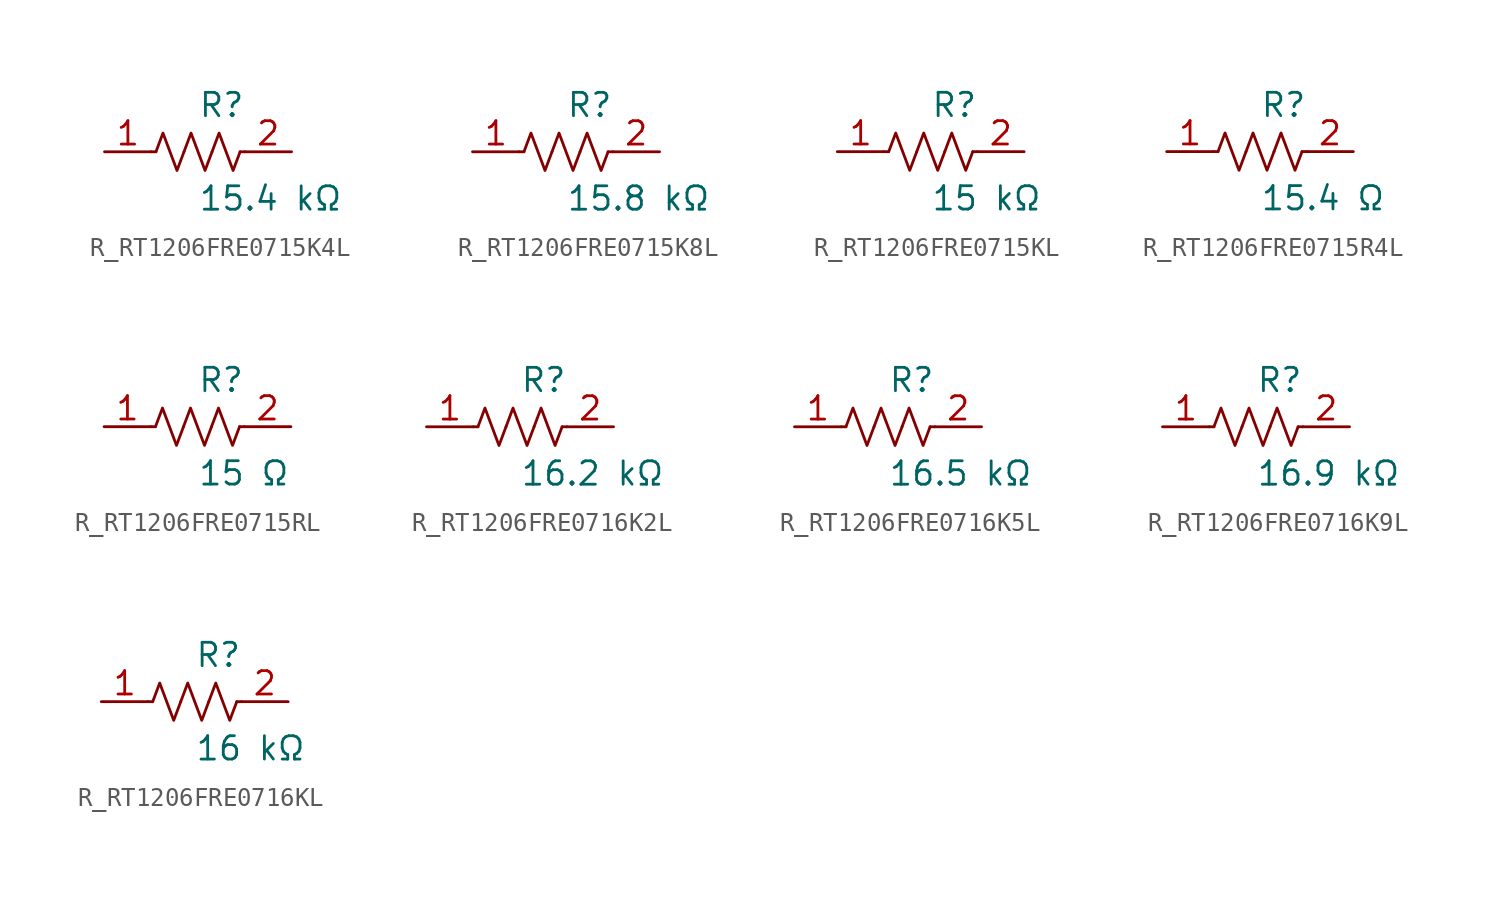
<source format=kicad_sym>
(kicad_symbol_lib
  (version 20231120)
  (generator kicad_symbol_editor)
  (generator_version 8.0)
  (symbol "R_RT1206FRE0715K4L"
    (pin_names
      (offset 0.254))
    (property "Reference" "R"
      (at 0 2.54 0)
      (effects (font (size 1.27 1.27)) (justify left)))
    (property "Value" "15.4 kΩ"
      (at 0 -2.54 0)
      (effects (font (size 1.27 1.27)) (justify left)))
    (symbol "R_RT1206FRE0715K4L_0_1"
      (polyline (pts (xy 2.286 0) (xy 2.54 0)) (stroke (width 0) (type default)) (fill (type none)))
      (polyline (pts (xy -2.286 0) (xy -2.54 0)) (stroke (width 0) (type default)) (fill (type none)))
      (polyline (pts (xy 0.762 0) (xy 1.143 1.016) (xy 1.524 0) (xy 1.905 -1.016) (xy 2.286 0)) (stroke (width 0) (type default)) (fill (type none)))
      (polyline (pts (xy -0.762 0) (xy -0.381 1.016) (xy 0 0) (xy 0.381 -1.016) (xy 0.762 0)) (stroke (width 0) (type default)) (fill (type none)))
      (polyline (pts (xy -2.286 0) (xy -1.905 1.016) (xy -1.524 0) (xy -1.143 -1.016) (xy -0.762 0)) (stroke (width 0) (type default)) (fill (type none))))
    (pin unspecified line
      (at -5.08 0 0)
      (length 2.54)
      (name "" (effects (font (size 1.27 1.27))))
      (number "1" (effects (font (size 1.27 1.27)))))
    (pin unspecified line
      (at 5.08 0 180)
      (length 2.54)
      (name "" (effects (font (size 1.27 1.27))))
      (number "2" (effects (font (size 1.27 1.27))))))
  (symbol "R_RT1206FRE0715K8L"
    (pin_names
      (offset 0.254))
    (property "Reference" "R"
      (at 0 2.54 0)
      (effects (font (size 1.27 1.27)) (justify left)))
    (property "Value" "15.8 kΩ"
      (at 0 -2.54 0)
      (effects (font (size 1.27 1.27)) (justify left)))
    (symbol "R_RT1206FRE0715K8L_0_1"
      (polyline (pts (xy 2.286 0) (xy 2.54 0)) (stroke (width 0) (type default)) (fill (type none)))
      (polyline (pts (xy -2.286 0) (xy -2.54 0)) (stroke (width 0) (type default)) (fill (type none)))
      (polyline (pts (xy 0.762 0) (xy 1.143 1.016) (xy 1.524 0) (xy 1.905 -1.016) (xy 2.286 0)) (stroke (width 0) (type default)) (fill (type none)))
      (polyline (pts (xy -0.762 0) (xy -0.381 1.016) (xy 0 0) (xy 0.381 -1.016) (xy 0.762 0)) (stroke (width 0) (type default)) (fill (type none)))
      (polyline (pts (xy -2.286 0) (xy -1.905 1.016) (xy -1.524 0) (xy -1.143 -1.016) (xy -0.762 0)) (stroke (width 0) (type default)) (fill (type none))))
    (pin unspecified line
      (at -5.08 0 0)
      (length 2.54)
      (name "" (effects (font (size 1.27 1.27))))
      (number "1" (effects (font (size 1.27 1.27)))))
    (pin unspecified line
      (at 5.08 0 180)
      (length 2.54)
      (name "" (effects (font (size 1.27 1.27))))
      (number "2" (effects (font (size 1.27 1.27))))))
  (symbol "R_RT1206FRE0715KL"
    (pin_names
      (offset 0.254))
    (property "Reference" "R"
      (at 0 2.54 0)
      (effects (font (size 1.27 1.27)) (justify left)))
    (property "Value" "15 kΩ"
      (at 0 -2.54 0)
      (effects (font (size 1.27 1.27)) (justify left)))
    (symbol "R_RT1206FRE0715KL_0_1"
      (polyline (pts (xy 2.286 0) (xy 2.54 0)) (stroke (width 0) (type default)) (fill (type none)))
      (polyline (pts (xy -2.286 0) (xy -2.54 0)) (stroke (width 0) (type default)) (fill (type none)))
      (polyline (pts (xy 0.762 0) (xy 1.143 1.016) (xy 1.524 0) (xy 1.905 -1.016) (xy 2.286 0)) (stroke (width 0) (type default)) (fill (type none)))
      (polyline (pts (xy -0.762 0) (xy -0.381 1.016) (xy 0 0) (xy 0.381 -1.016) (xy 0.762 0)) (stroke (width 0) (type default)) (fill (type none)))
      (polyline (pts (xy -2.286 0) (xy -1.905 1.016) (xy -1.524 0) (xy -1.143 -1.016) (xy -0.762 0)) (stroke (width 0) (type default)) (fill (type none))))
    (pin unspecified line
      (at -5.08 0 0)
      (length 2.54)
      (name "" (effects (font (size 1.27 1.27))))
      (number "1" (effects (font (size 1.27 1.27)))))
    (pin unspecified line
      (at 5.08 0 180)
      (length 2.54)
      (name "" (effects (font (size 1.27 1.27))))
      (number "2" (effects (font (size 1.27 1.27))))))
  (symbol "R_RT1206FRE0715R4L"
    (pin_names
      (offset 0.254))
    (property "Reference" "R"
      (at 0 2.54 0)
      (effects (font (size 1.27 1.27)) (justify left)))
    (property "Value" "15.4 Ω"
      (at 0 -2.54 0)
      (effects (font (size 1.27 1.27)) (justify left)))
    (symbol "R_RT1206FRE0715R4L_0_1"
      (polyline (pts (xy 2.286 0) (xy 2.54 0)) (stroke (width 0) (type default)) (fill (type none)))
      (polyline (pts (xy -2.286 0) (xy -2.54 0)) (stroke (width 0) (type default)) (fill (type none)))
      (polyline (pts (xy 0.762 0) (xy 1.143 1.016) (xy 1.524 0) (xy 1.905 -1.016) (xy 2.286 0)) (stroke (width 0) (type default)) (fill (type none)))
      (polyline (pts (xy -0.762 0) (xy -0.381 1.016) (xy 0 0) (xy 0.381 -1.016) (xy 0.762 0)) (stroke (width 0) (type default)) (fill (type none)))
      (polyline (pts (xy -2.286 0) (xy -1.905 1.016) (xy -1.524 0) (xy -1.143 -1.016) (xy -0.762 0)) (stroke (width 0) (type default)) (fill (type none))))
    (pin unspecified line
      (at -5.08 0 0)
      (length 2.54)
      (name "" (effects (font (size 1.27 1.27))))
      (number "1" (effects (font (size 1.27 1.27)))))
    (pin unspecified line
      (at 5.08 0 180)
      (length 2.54)
      (name "" (effects (font (size 1.27 1.27))))
      (number "2" (effects (font (size 1.27 1.27))))))
  (symbol "R_RT1206FRE0715RL"
    (pin_names
      (offset 0.254))
    (property "Reference" "R"
      (at 0 2.54 0)
      (effects (font (size 1.27 1.27)) (justify left)))
    (property "Value" "15 Ω"
      (at 0 -2.54 0)
      (effects (font (size 1.27 1.27)) (justify left)))
    (symbol "R_RT1206FRE0715RL_0_1"
      (polyline (pts (xy 2.286 0) (xy 2.54 0)) (stroke (width 0) (type default)) (fill (type none)))
      (polyline (pts (xy -2.286 0) (xy -2.54 0)) (stroke (width 0) (type default)) (fill (type none)))
      (polyline (pts (xy 0.762 0) (xy 1.143 1.016) (xy 1.524 0) (xy 1.905 -1.016) (xy 2.286 0)) (stroke (width 0) (type default)) (fill (type none)))
      (polyline (pts (xy -0.762 0) (xy -0.381 1.016) (xy 0 0) (xy 0.381 -1.016) (xy 0.762 0)) (stroke (width 0) (type default)) (fill (type none)))
      (polyline (pts (xy -2.286 0) (xy -1.905 1.016) (xy -1.524 0) (xy -1.143 -1.016) (xy -0.762 0)) (stroke (width 0) (type default)) (fill (type none))))
    (pin unspecified line
      (at -5.08 0 0)
      (length 2.54)
      (name "" (effects (font (size 1.27 1.27))))
      (number "1" (effects (font (size 1.27 1.27)))))
    (pin unspecified line
      (at 5.08 0 180)
      (length 2.54)
      (name "" (effects (font (size 1.27 1.27))))
      (number "2" (effects (font (size 1.27 1.27))))))
  (symbol "R_RT1206FRE0716K2L"
    (pin_names
      (offset 0.254))
    (property "Reference" "R"
      (at 0 2.54 0)
      (effects (font (size 1.27 1.27)) (justify left)))
    (property "Value" "16.2 kΩ"
      (at 0 -2.54 0)
      (effects (font (size 1.27 1.27)) (justify left)))
    (symbol "R_RT1206FRE0716K2L_0_1"
      (polyline (pts (xy 2.286 0) (xy 2.54 0)) (stroke (width 0) (type default)) (fill (type none)))
      (polyline (pts (xy -2.286 0) (xy -2.54 0)) (stroke (width 0) (type default)) (fill (type none)))
      (polyline (pts (xy 0.762 0) (xy 1.143 1.016) (xy 1.524 0) (xy 1.905 -1.016) (xy 2.286 0)) (stroke (width 0) (type default)) (fill (type none)))
      (polyline (pts (xy -0.762 0) (xy -0.381 1.016) (xy 0 0) (xy 0.381 -1.016) (xy 0.762 0)) (stroke (width 0) (type default)) (fill (type none)))
      (polyline (pts (xy -2.286 0) (xy -1.905 1.016) (xy -1.524 0) (xy -1.143 -1.016) (xy -0.762 0)) (stroke (width 0) (type default)) (fill (type none))))
    (pin unspecified line
      (at -5.08 0 0)
      (length 2.54)
      (name "" (effects (font (size 1.27 1.27))))
      (number "1" (effects (font (size 1.27 1.27)))))
    (pin unspecified line
      (at 5.08 0 180)
      (length 2.54)
      (name "" (effects (font (size 1.27 1.27))))
      (number "2" (effects (font (size 1.27 1.27))))))
  (symbol "R_RT1206FRE0716K5L"
    (pin_names
      (offset 0.254))
    (property "Reference" "R"
      (at 0 2.54 0)
      (effects (font (size 1.27 1.27)) (justify left)))
    (property "Value" "16.5 kΩ"
      (at 0 -2.54 0)
      (effects (font (size 1.27 1.27)) (justify left)))
    (symbol "R_RT1206FRE0716K5L_0_1"
      (polyline (pts (xy 2.286 0) (xy 2.54 0)) (stroke (width 0) (type default)) (fill (type none)))
      (polyline (pts (xy -2.286 0) (xy -2.54 0)) (stroke (width 0) (type default)) (fill (type none)))
      (polyline (pts (xy 0.762 0) (xy 1.143 1.016) (xy 1.524 0) (xy 1.905 -1.016) (xy 2.286 0)) (stroke (width 0) (type default)) (fill (type none)))
      (polyline (pts (xy -0.762 0) (xy -0.381 1.016) (xy 0 0) (xy 0.381 -1.016) (xy 0.762 0)) (stroke (width 0) (type default)) (fill (type none)))
      (polyline (pts (xy -2.286 0) (xy -1.905 1.016) (xy -1.524 0) (xy -1.143 -1.016) (xy -0.762 0)) (stroke (width 0) (type default)) (fill (type none))))
    (pin unspecified line
      (at -5.08 0 0)
      (length 2.54)
      (name "" (effects (font (size 1.27 1.27))))
      (number "1" (effects (font (size 1.27 1.27)))))
    (pin unspecified line
      (at 5.08 0 180)
      (length 2.54)
      (name "" (effects (font (size 1.27 1.27))))
      (number "2" (effects (font (size 1.27 1.27))))))
  (symbol "R_RT1206FRE0716K9L"
    (pin_names
      (offset 0.254))
    (property "Reference" "R"
      (at 0 2.54 0)
      (effects (font (size 1.27 1.27)) (justify left)))
    (property "Value" "16.9 kΩ"
      (at 0 -2.54 0)
      (effects (font (size 1.27 1.27)) (justify left)))
    (symbol "R_RT1206FRE0716K9L_0_1"
      (polyline (pts (xy 2.286 0) (xy 2.54 0)) (stroke (width 0) (type default)) (fill (type none)))
      (polyline (pts (xy -2.286 0) (xy -2.54 0)) (stroke (width 0) (type default)) (fill (type none)))
      (polyline (pts (xy 0.762 0) (xy 1.143 1.016) (xy 1.524 0) (xy 1.905 -1.016) (xy 2.286 0)) (stroke (width 0) (type default)) (fill (type none)))
      (polyline (pts (xy -0.762 0) (xy -0.381 1.016) (xy 0 0) (xy 0.381 -1.016) (xy 0.762 0)) (stroke (width 0) (type default)) (fill (type none)))
      (polyline (pts (xy -2.286 0) (xy -1.905 1.016) (xy -1.524 0) (xy -1.143 -1.016) (xy -0.762 0)) (stroke (width 0) (type default)) (fill (type none))))
    (pin unspecified line
      (at -5.08 0 0)
      (length 2.54)
      (name "" (effects (font (size 1.27 1.27))))
      (number "1" (effects (font (size 1.27 1.27)))))
    (pin unspecified line
      (at 5.08 0 180)
      (length 2.54)
      (name "" (effects (font (size 1.27 1.27))))
      (number "2" (effects (font (size 1.27 1.27))))))
  (symbol "R_RT1206FRE0716KL"
    (pin_names
      (offset 0.254))
    (property "Reference" "R"
      (at 0 2.54 0)
      (effects (font (size 1.27 1.27)) (justify left)))
    (property "Value" "16 kΩ"
      (at 0 -2.54 0)
      (effects (font (size 1.27 1.27)) (justify left)))
    (symbol "R_RT1206FRE0716KL_0_1"
      (polyline (pts (xy 2.286 0) (xy 2.54 0)) (stroke (width 0) (type default)) (fill (type none)))
      (polyline (pts (xy -2.286 0) (xy -2.54 0)) (stroke (width 0) (type default)) (fill (type none)))
      (polyline (pts (xy 0.762 0) (xy 1.143 1.016) (xy 1.524 0) (xy 1.905 -1.016) (xy 2.286 0)) (stroke (width 0) (type default)) (fill (type none)))
      (polyline (pts (xy -0.762 0) (xy -0.381 1.016) (xy 0 0) (xy 0.381 -1.016) (xy 0.762 0)) (stroke (width 0) (type default)) (fill (type none)))
      (polyline (pts (xy -2.286 0) (xy -1.905 1.016) (xy -1.524 0) (xy -1.143 -1.016) (xy -0.762 0)) (stroke (width 0) (type default)) (fill (type none))))
    (pin unspecified line
      (at -5.08 0 0)
      (length 2.54)
      (name "" (effects (font (size 1.27 1.27))))
      (number "1" (effects (font (size 1.27 1.27)))))
    (pin unspecified line
      (at 5.08 0 180)
      (length 2.54)
      (name "" (effects (font (size 1.27 1.27))))
      (number "2" (effects (font (size 1.27 1.27)))))))
</source>
